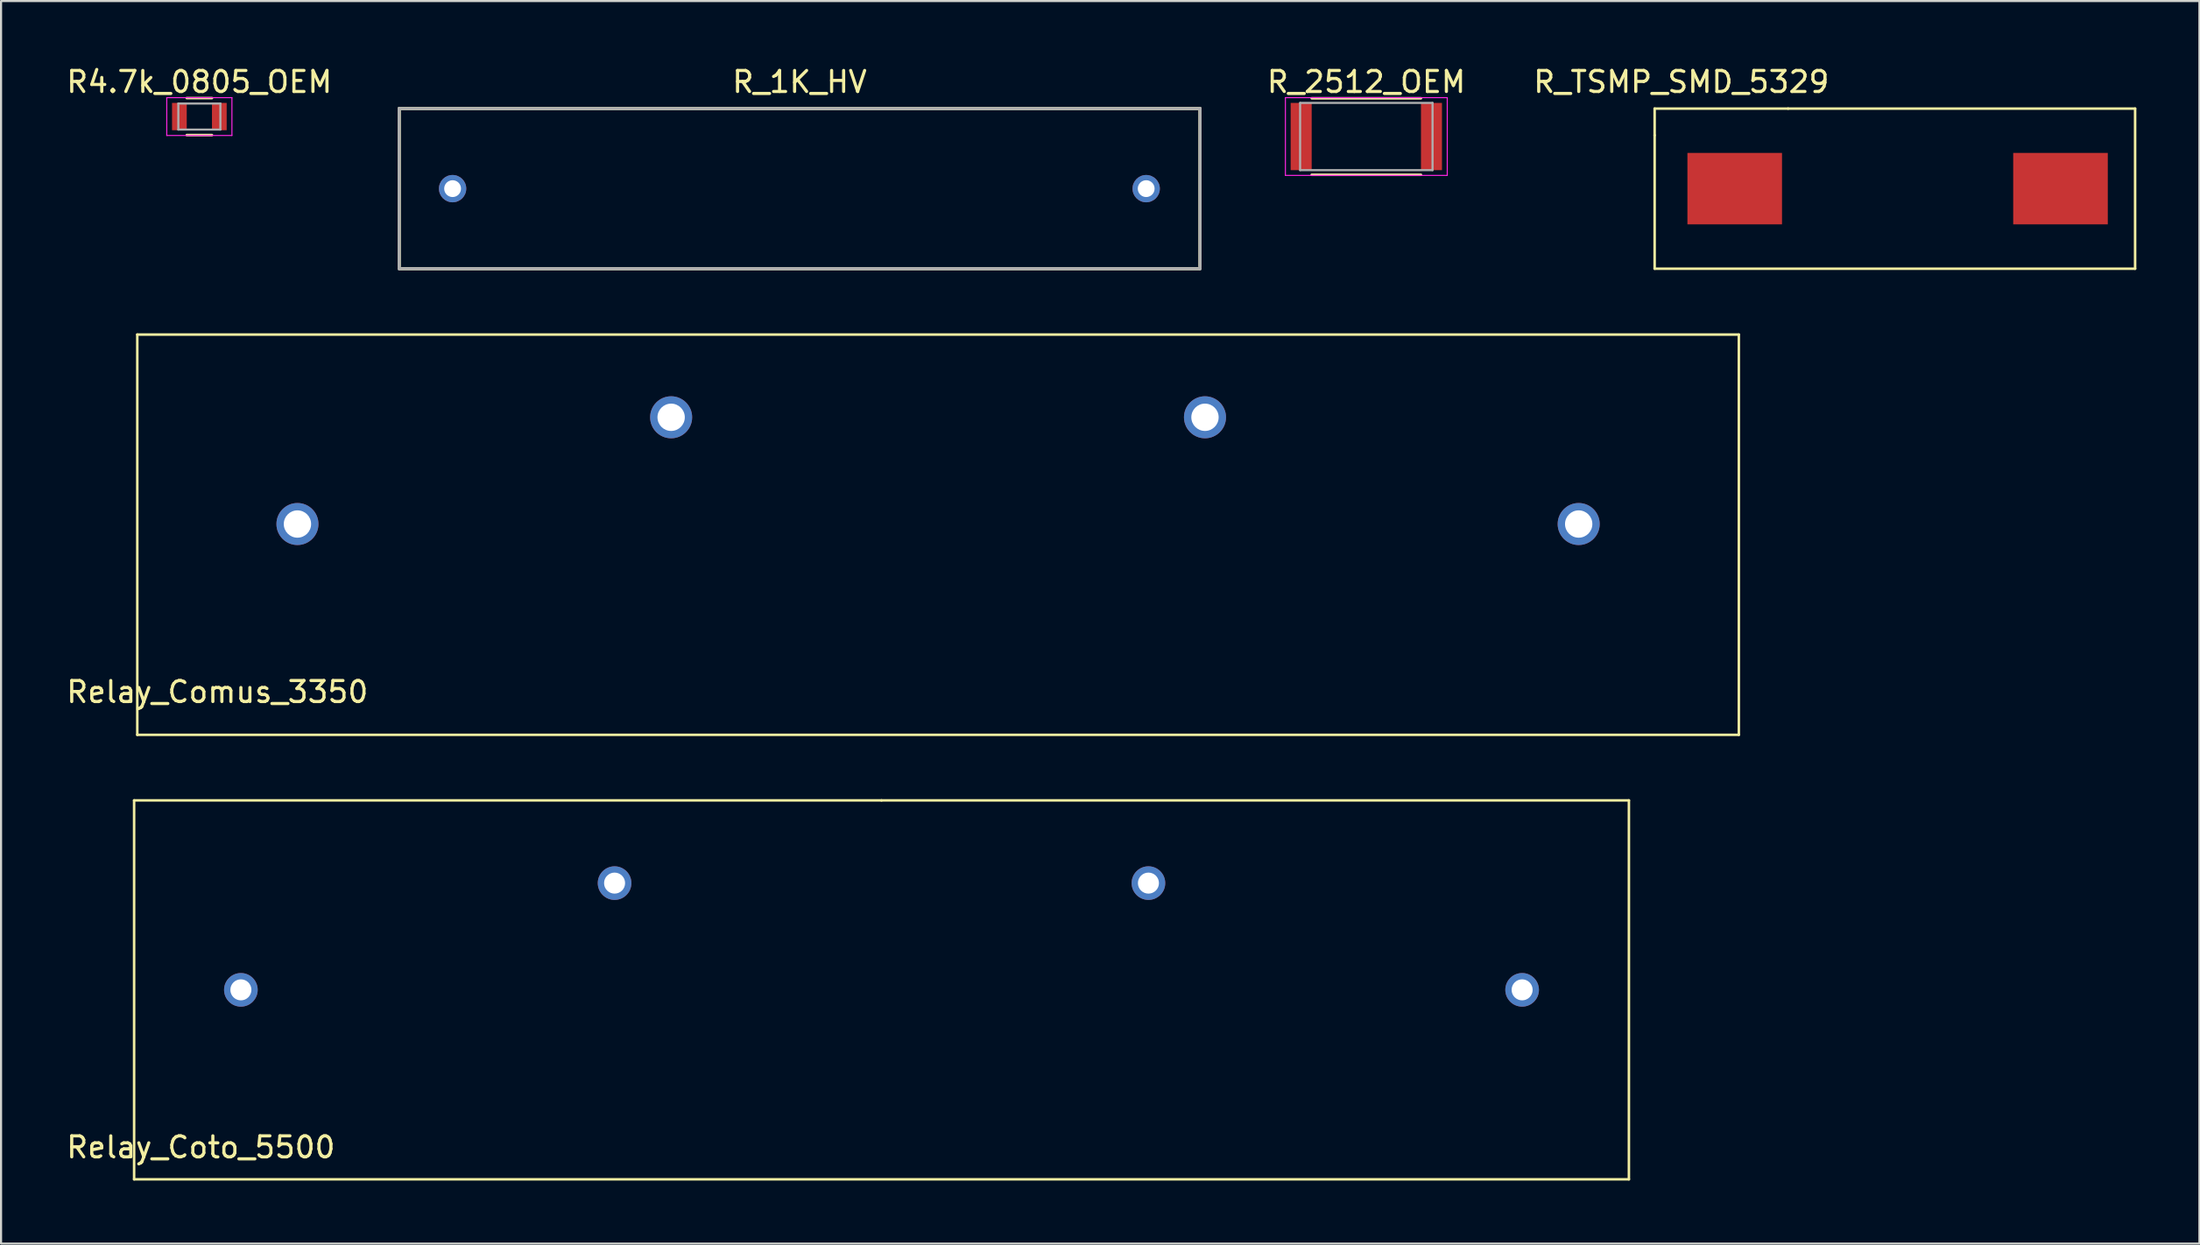
<source format=kicad_pcb>
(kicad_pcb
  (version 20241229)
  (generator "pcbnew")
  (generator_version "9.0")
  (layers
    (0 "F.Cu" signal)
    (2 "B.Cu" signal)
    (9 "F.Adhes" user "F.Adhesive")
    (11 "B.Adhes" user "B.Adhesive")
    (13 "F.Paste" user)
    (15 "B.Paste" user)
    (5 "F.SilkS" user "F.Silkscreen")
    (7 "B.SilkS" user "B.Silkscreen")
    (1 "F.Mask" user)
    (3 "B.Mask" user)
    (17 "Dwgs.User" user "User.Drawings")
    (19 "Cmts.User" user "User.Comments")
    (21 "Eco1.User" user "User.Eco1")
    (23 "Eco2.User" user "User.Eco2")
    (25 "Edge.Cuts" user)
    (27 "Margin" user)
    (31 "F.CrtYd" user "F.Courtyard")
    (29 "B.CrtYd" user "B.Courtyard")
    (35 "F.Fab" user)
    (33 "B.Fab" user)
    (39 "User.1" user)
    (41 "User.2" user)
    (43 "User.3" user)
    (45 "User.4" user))
  (footprint "R_TSMP_SMD_5329"
    (layer "F.Cu")
    (at 87.106 5.928)
    (property "Reference" "R_TSMP_SMD_5329" (at -10.16 -5.08 0) (layer "F.SilkS") (effects (font (size 1 1) (thickness 0.15))))
    (attr through_hole)
    (fp_line (start -11.43 -3.81) (end -11.43 -2.54) (stroke (width 0.12) (type solid)) (layer "F.SilkS"))
    (fp_line (start -11.43 3.81) (end -11.43 -2.54) (stroke (width 0.12) (type solid)) (layer "F.SilkS"))
    (fp_line (start -5.08 -3.81) (end -11.43 -3.81) (stroke (width 0.12) (type solid)) (layer "F.SilkS"))
    (fp_line (start -5.08 -3.81) (end 11.43 -3.81) (stroke (width 0.12) (type solid)) (layer "F.SilkS"))
    (fp_line (start 11.43 -3.81) (end 11.43 3.81) (stroke (width 0.12) (type solid)) (layer "F.SilkS"))
    (fp_line (start 11.43 3.81) (end -11.43 3.81) (stroke (width 0.12) (type solid)) (layer "F.SilkS"))
    (pad "1" smd rect (at -7.62 0) (size 4.5 3.4) (layers "F.Cu" "F.Mask" "F.Paste"))
    (pad "2" smd rect (at 7.88 0) (size 4.5 3.4) (layers "F.Cu" "F.Mask" "F.Paste")))
  (footprint "R4.7k_0805_OEM"
    (layer "F.Cu")
    (at 6.435 2.498)
    (property "Reference" "R4.7k_0805_OEM" (at 0 -1.65 0) (layer "F.SilkS") (effects (font (size 1 1) (thickness 0.15))))
    (attr smd)
    (fp_line (start -0.6 -0.88) (end 0.6 -0.88) (stroke (width 0.12) (type solid)) (layer "F.SilkS"))
    (fp_line (start 0.6 0.88) (end -0.6 0.88) (stroke (width 0.12) (type solid)) (layer "F.SilkS"))
    (fp_line (start -1.55 -0.9) (end -1.55 0.9) (stroke (width 0.05) (type solid)) (layer "F.CrtYd"))
    (fp_line (start -1.55 -0.9) (end 1.55 -0.9) (stroke (width 0.05) (type solid)) (layer "F.CrtYd"))
    (fp_line (start 1.55 0.9) (end -1.55 0.9) (stroke (width 0.05) (type solid)) (layer "F.CrtYd"))
    (fp_line (start 1.55 0.9) (end 1.55 -0.9) (stroke (width 0.05) (type solid)) (layer "F.CrtYd"))
    (fp_line (start -1 -0.62) (end 1 -0.62) (stroke (width 0.1) (type solid)) (layer "F.Fab"))
    (fp_line (start -1 0.62) (end -1 -0.62) (stroke (width 0.1) (type solid)) (layer "F.Fab"))
    (fp_line (start 1 -0.62) (end 1 0.62) (stroke (width 0.1) (type solid)) (layer "F.Fab"))
    (fp_line (start 1 0.62) (end -1 0.62) (stroke (width 0.1) (type solid)) (layer "F.Fab"))
    (pad "1" smd rect (at -0.95 0) (size 0.7 1.3) (layers "F.Cu" "F.Mask" "F.Paste"))
    (pad "2" smd rect (at 0.95 0) (size 0.7 1.3) (layers "F.Cu" "F.Mask" "F.Paste")))
  (footprint "R_1K_HV"
    (layer "F.Cu")
    (at 18.484 5.928)
    (property "Reference" "R_1K_HV" (at 16.51 -5.08 0) (layer "F.SilkS") (effects (font (size 1 1) (thickness 0.15))))
    (attr through_hole)
    (fp_line (start -2.54 -3.81) (end -2.54 3.69) (stroke (width 0.15) (type solid)) (layer "F.SilkS"))
    (fp_line (start -2.54 -3.81) (end 35.56 -3.81) (stroke (width 0.15) (type solid)) (layer "F.SilkS"))
    (fp_line (start 35.56 -3.81) (end 35.56 3.69) (stroke (width 0.15) (type solid)) (layer "F.SilkS"))
    (fp_line (start 35.56 3.81) (end -2.54 3.81) (stroke (width 0.15) (type solid)) (layer "F.SilkS"))
    (fp_line (start -2.54 -3.81) (end 35.56 -3.81) (stroke (width 0.15) (type solid)) (layer "F.Fab"))
    (fp_line (start -2.54 3.81) (end -2.54 -3.81) (stroke (width 0.15) (type solid)) (layer "F.Fab"))
    (fp_line (start 35.56 -3.81) (end 35.56 3.81) (stroke (width 0.15) (type solid)) (layer "F.Fab"))
    (fp_line (start 35.56 3.81) (end -2.54 3.81) (stroke (width 0.15) (type solid)) (layer "F.Fab"))
    (pad "1" thru_hole circle (at 0 0) (size 1.3 1.3) (drill 0.8) (layers "*.Cu" "*.Mask"))
    (pad "2" thru_hole circle (at 33 0) (size 1.3 1.3) (drill 0.8) (layers "*.Cu" "*.Mask")))
  (footprint "R_2512_OEM"
    (layer "F.Cu")
    (at 61.958 3.448)
    (property "Reference" "R_2512_OEM" (at 0 -2.6 0) (layer "F.SilkS") (effects (font (size 1 1) (thickness 0.15))))
    (attr smd)
    (fp_line (start -2.6 -1.82) (end 2.6 -1.82) (stroke (width 0.12) (type solid)) (layer "F.SilkS"))
    (fp_line (start 2.6 1.82) (end -2.6 1.82) (stroke (width 0.12) (type solid)) (layer "F.SilkS"))
    (fp_line (start -3.85 -1.85) (end -3.85 1.85) (stroke (width 0.05) (type solid)) (layer "F.CrtYd"))
    (fp_line (start -3.85 -1.85) (end 3.85 -1.85) (stroke (width 0.05) (type solid)) (layer "F.CrtYd"))
    (fp_line (start 3.85 1.85) (end -3.85 1.85) (stroke (width 0.05) (type solid)) (layer "F.CrtYd"))
    (fp_line (start 3.85 1.85) (end 3.85 -1.85) (stroke (width 0.05) (type solid)) (layer "F.CrtYd"))
    (fp_line (start -3.15 -1.6) (end 3.15 -1.6) (stroke (width 0.1) (type solid)) (layer "F.Fab"))
    (fp_line (start -3.15 1.6) (end -3.15 -1.6) (stroke (width 0.1) (type solid)) (layer "F.Fab"))
    (fp_line (start 3.15 -1.6) (end 3.15 1.6) (stroke (width 0.1) (type solid)) (layer "F.Fab"))
    (fp_line (start 3.15 1.6) (end -3.15 1.6) (stroke (width 0.1) (type solid)) (layer "F.Fab"))
    (pad "1" smd rect (at -3.1 0) (size 1 3.2) (layers "F.Cu" "F.Mask" "F.Paste"))
    (pad "2" smd rect (at 3.1 0) (size 1 3.2) (layers "F.Cu" "F.Mask" "F.Paste")))
  (footprint "Relay_Comus_3350"
    (layer "F.Cu")
    (at 7.292 29.383)
    (property "Reference" "Relay_Comus_3350" (at 0 0.5 0) (layer "F.SilkS") (effects (font (size 1 1) (thickness 0.15))))
    (attr through_hole)
    (fp_line (start -3.81 -16.51) (end -3.81 2.54) (stroke (width 0.12) (type solid)) (layer "F.SilkS"))
    (fp_line (start -3.81 2.54) (end 72.39 2.54) (stroke (width 0.12) (type solid)) (layer "F.SilkS"))
    (fp_line (start 72.39 -16.51) (end -3.81 -16.51) (stroke (width 0.12) (type solid)) (layer "F.SilkS"))
    (fp_line (start 72.39 2.54) (end 72.39 -16.51) (stroke (width 0.12) (type solid)) (layer "F.SilkS"))
    (pad "1" thru_hole circle (at 64.77 -7.493) (size 2 2) (drill 1.3) (layers "*.Cu" "*.Mask"))
    (pad "2" thru_hole circle (at 46.99 -12.573) (size 2 2) (drill 1.3) (layers "*.Cu" "*.Mask"))
    (pad "3" thru_hole circle (at 21.59 -12.573) (size 2 2) (drill 1.3) (layers "*.Cu" "*.Mask"))
    (pad "4" thru_hole circle (at 3.81 -7.493) (size 2 2) (drill 1.3) (layers "*.Cu" "*.Mask")))
  (footprint "Relay_Coto_5500"
    (layer "F.Cu")
    (at 4.601 51.553)
    (property "Reference" "Relay_Coto_5500" (at 1.905 0 0) (layer "F.SilkS") (effects (font (size 1 1) (thickness 0.15))))
    (attr through_hole)
    (fp_line (start -1.27 -16.51) (end -1.27 1.524) (stroke (width 0.12) (type solid)) (layer "F.SilkS"))
    (fp_line (start -1.27 1.524) (end 69.85 1.524) (stroke (width 0.12) (type solid)) (layer "F.SilkS"))
    (fp_line (start 34.29 -16.51) (end -1.27 -16.51) (stroke (width 0.12) (type solid)) (layer "F.SilkS"))
    (fp_line (start 69.85 -16.51) (end 34.29 -16.51) (stroke (width 0.12) (type solid)) (layer "F.SilkS"))
    (fp_line (start 69.85 1.524) (end 69.85 -16.51) (stroke (width 0.12) (type solid)) (layer "F.SilkS"))
    (pad "1" thru_hole circle (at 64.77 -7.493) (size 1.6 1.6) (drill 1) (layers "*.Cu" "*.Mask"))
    (pad "2" thru_hole circle (at 46.99 -12.573) (size 1.6 1.6) (drill 1) (layers "*.Cu" "*.Mask"))
    (pad "3" thru_hole circle (at 21.59 -12.573) (size 1.6 1.6) (drill 1) (layers "*.Cu" "*.Mask"))
    (pad "4" thru_hole circle (at 3.81 -7.493) (size 1.6 1.6) (drill 1) (layers "*.Cu" "*.Mask")))
  (gr_rect
    (start -3 -3)
    (end 101.596 56.137)
    (stroke (width 0.1) (type default))
    (fill no)
    (layer "Edge.Cuts")))
</source>
